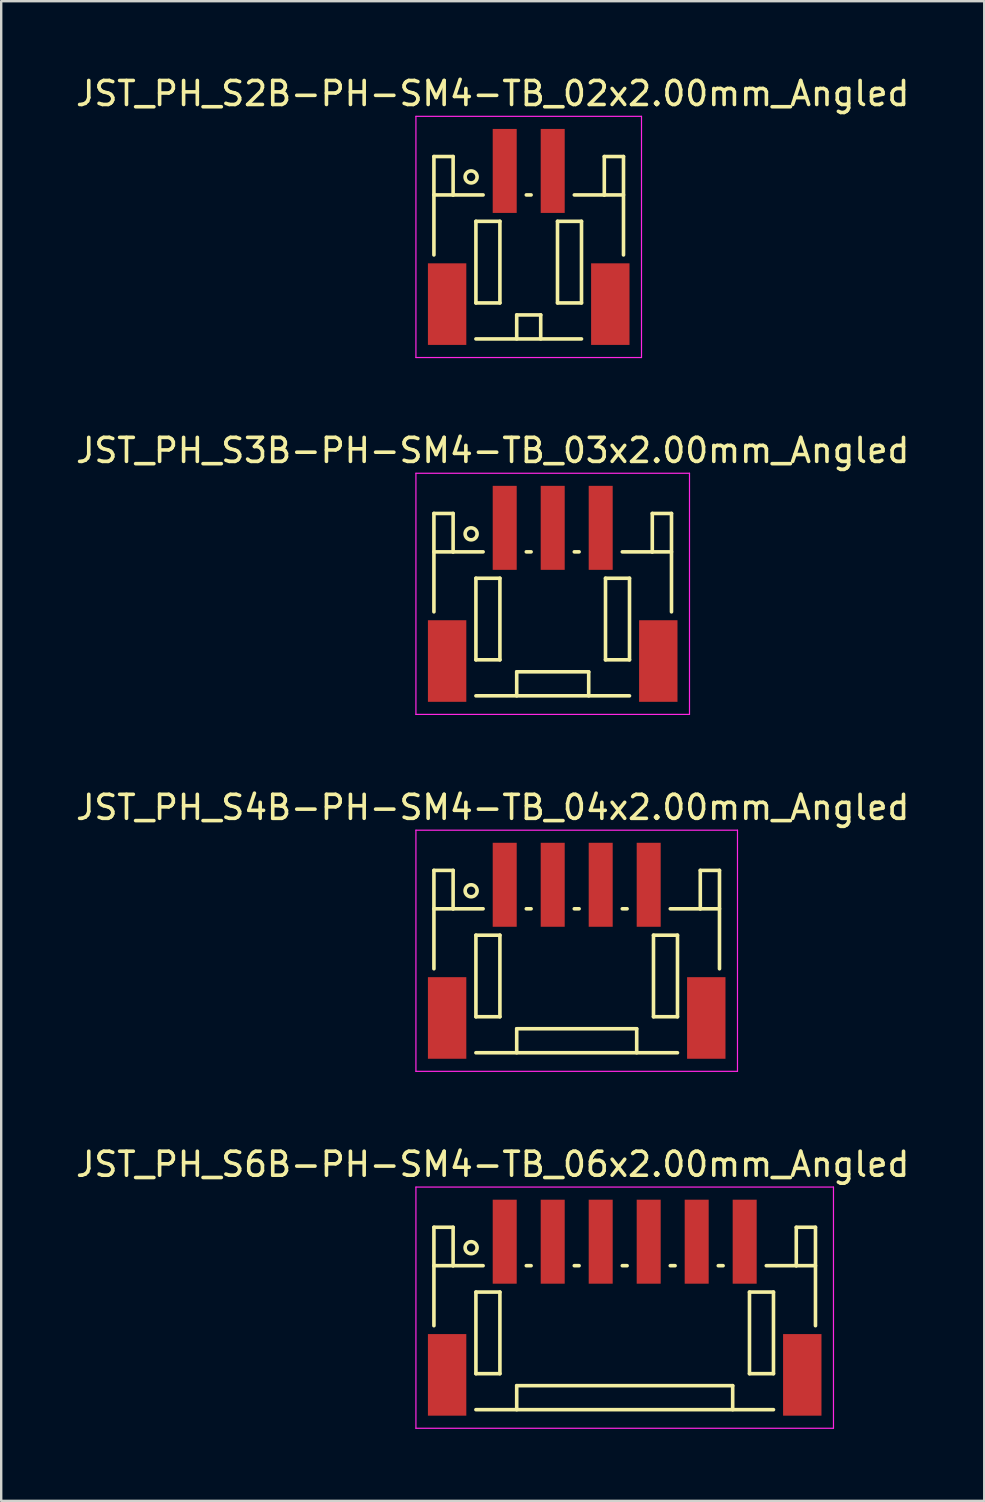
<source format=kicad_pcb>
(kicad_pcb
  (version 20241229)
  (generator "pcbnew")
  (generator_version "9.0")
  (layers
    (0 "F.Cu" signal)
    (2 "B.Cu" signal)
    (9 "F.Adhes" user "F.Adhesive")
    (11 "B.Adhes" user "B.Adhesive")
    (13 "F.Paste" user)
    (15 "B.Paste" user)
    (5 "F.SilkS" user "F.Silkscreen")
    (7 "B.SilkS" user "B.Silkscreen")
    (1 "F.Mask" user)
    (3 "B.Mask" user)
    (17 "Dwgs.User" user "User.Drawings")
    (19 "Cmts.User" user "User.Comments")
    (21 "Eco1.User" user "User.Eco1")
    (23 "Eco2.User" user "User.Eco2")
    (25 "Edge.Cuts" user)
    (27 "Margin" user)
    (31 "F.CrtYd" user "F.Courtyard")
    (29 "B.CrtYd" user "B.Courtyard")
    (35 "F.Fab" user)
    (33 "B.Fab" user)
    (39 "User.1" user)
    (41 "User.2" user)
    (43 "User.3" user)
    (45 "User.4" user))
  (footprint "JST_PH_S2B-PH-SM4-TB_02x2.00mm_Angled"
    (layer "F.Cu")
    (at 18.982 6.848)
    (property "Reference" "JST_PH_S2B-PH-SM4-TB_02x2.00mm_Angled" (at -1.5 -6 0) (layer "F.SilkS") (effects (font (size 1 1) (thickness 0.15))))
    (attr smd)
    (fp_line (start -3.95 -3.375) (end -3.95 0.725) (stroke (width 0.15) (type solid)) (layer "F.SilkS"))
    (fp_line (start -3.15 -3.375) (end -3.95 -3.375) (stroke (width 0.15) (type solid)) (layer "F.SilkS"))
    (fp_line (start -3.15 -1.775) (end -3.95 -1.775) (stroke (width 0.15) (type solid)) (layer "F.SilkS"))
    (fp_line (start -3.15 -1.775) (end -3.15 -3.375) (stroke (width 0.15) (type solid)) (layer "F.SilkS"))
    (fp_line (start -2.2 -0.675) (end -2.2 2.725) (stroke (width 0.15) (type solid)) (layer "F.SilkS"))
    (fp_line (start -2.2 2.725) (end -1.2 2.725) (stroke (width 0.15) (type solid)) (layer "F.SilkS"))
    (fp_line (start -2.2 4.225) (end 2.2 4.225) (stroke (width 0.15) (type solid)) (layer "F.SilkS"))
    (fp_line (start -1.9 -1.775) (end -3.15 -1.775) (stroke (width 0.15) (type solid)) (layer "F.SilkS"))
    (fp_line (start -1.2 -0.675) (end -2.2 -0.675) (stroke (width 0.15) (type solid)) (layer "F.SilkS"))
    (fp_line (start -1.2 2.725) (end -1.2 -0.675) (stroke (width 0.15) (type solid)) (layer "F.SilkS"))
    (fp_line (start -0.5 3.225) (end 0.5 3.225) (stroke (width 0.15) (type solid)) (layer "F.SilkS"))
    (fp_line (start -0.5 4.225) (end -0.5 3.225) (stroke (width 0.15) (type solid)) (layer "F.SilkS"))
    (fp_line (start -0.1 -1.775) (end 0.1 -1.775) (stroke (width 0.15) (type solid)) (layer "F.SilkS"))
    (fp_line (start 0.5 3.225) (end 0.5 4.225) (stroke (width 0.15) (type solid)) (layer "F.SilkS"))
    (fp_line (start 1.2 -0.675) (end 2.2 -0.675) (stroke (width 0.15) (type solid)) (layer "F.SilkS"))
    (fp_line (start 1.2 2.725) (end 1.2 -0.675) (stroke (width 0.15) (type solid)) (layer "F.SilkS"))
    (fp_line (start 1.9 -1.775) (end 3.15 -1.775) (stroke (width 0.15) (type solid)) (layer "F.SilkS"))
    (fp_line (start 2.2 -0.675) (end 2.2 2.725) (stroke (width 0.15) (type solid)) (layer "F.SilkS"))
    (fp_line (start 2.2 2.725) (end 1.2 2.725) (stroke (width 0.15) (type solid)) (layer "F.SilkS"))
    (fp_line (start 3.15 -3.375) (end 3.95 -3.375) (stroke (width 0.15) (type solid)) (layer "F.SilkS"))
    (fp_line (start 3.15 -1.775) (end 3.15 -3.375) (stroke (width 0.15) (type solid)) (layer "F.SilkS"))
    (fp_line (start 3.15 -1.775) (end 3.95 -1.775) (stroke (width 0.15) (type solid)) (layer "F.SilkS"))
    (fp_line (start 3.95 -3.375) (end 3.95 0.725) (stroke (width 0.15) (type solid)) (layer "F.SilkS"))
    (fp_circle (center -2.4 -2.525) (end -2.15 -2.525) (stroke (width 0.15) (type solid)) (fill no) (layer "F.SilkS"))
    (fp_line (start -4.7 -5.05) (end 4.7 -5.05) (stroke (width 0.05) (type solid)) (layer "F.CrtYd"))
    (fp_line (start -4.7 5) (end -4.7 -5.05) (stroke (width 0.05) (type solid)) (layer "F.CrtYd"))
    (fp_line (start 4.7 -5.05) (end 4.7 5) (stroke (width 0.05) (type solid)) (layer "F.CrtYd"))
    (fp_line (start 4.7 5) (end -4.7 5) (stroke (width 0.05) (type solid)) (layer "F.CrtYd"))
    (pad "" smd rect (at -3.4 2.775) (size 1.6 3.4) (layers "F.Cu" "F.Mask" "F.Paste"))
    (pad "" smd rect (at 3.4 2.775) (size 1.6 3.4) (layers "F.Cu" "F.Mask" "F.Paste"))
    (pad "1" smd rect (at -1 -2.775) (size 1 3.5) (layers "F.Cu" "F.Mask" "F.Paste"))
    (pad "2" smd rect (at 1 -2.775) (size 1 3.5) (layers "F.Cu" "F.Mask" "F.Paste")))
  (footprint "JST_PH_S3B-PH-SM4-TB_03x2.00mm_Angled"
    (layer "F.Cu")
    (at 19.982 21.721)
    (property "Reference" "JST_PH_S3B-PH-SM4-TB_03x2.00mm_Angled" (at -2.5 -6 0) (layer "F.SilkS") (effects (font (size 1 1) (thickness 0.15))))
    (attr smd)
    (fp_line (start -4.95 -3.375) (end -4.95 0.725) (stroke (width 0.15) (type solid)) (layer "F.SilkS"))
    (fp_line (start -4.15 -3.375) (end -4.95 -3.375) (stroke (width 0.15) (type solid)) (layer "F.SilkS"))
    (fp_line (start -4.15 -1.775) (end -4.95 -1.775) (stroke (width 0.15) (type solid)) (layer "F.SilkS"))
    (fp_line (start -4.15 -1.775) (end -4.15 -3.375) (stroke (width 0.15) (type solid)) (layer "F.SilkS"))
    (fp_line (start -3.2 -0.675) (end -3.2 2.725) (stroke (width 0.15) (type solid)) (layer "F.SilkS"))
    (fp_line (start -3.2 2.725) (end -2.2 2.725) (stroke (width 0.15) (type solid)) (layer "F.SilkS"))
    (fp_line (start -3.2 4.225) (end 3.2 4.225) (stroke (width 0.15) (type solid)) (layer "F.SilkS"))
    (fp_line (start -2.9 -1.775) (end -4.15 -1.775) (stroke (width 0.15) (type solid)) (layer "F.SilkS"))
    (fp_line (start -2.2 -0.675) (end -3.2 -0.675) (stroke (width 0.15) (type solid)) (layer "F.SilkS"))
    (fp_line (start -2.2 2.725) (end -2.2 -0.675) (stroke (width 0.15) (type solid)) (layer "F.SilkS"))
    (fp_line (start -1.5 3.225) (end 1.5 3.225) (stroke (width 0.15) (type solid)) (layer "F.SilkS"))
    (fp_line (start -1.5 4.225) (end -1.5 3.225) (stroke (width 0.15) (type solid)) (layer "F.SilkS"))
    (fp_line (start -1.1 -1.775) (end -0.9 -1.775) (stroke (width 0.15) (type solid)) (layer "F.SilkS"))
    (fp_line (start 0.9 -1.775) (end 1.1 -1.775) (stroke (width 0.15) (type solid)) (layer "F.SilkS"))
    (fp_line (start 1.5 3.225) (end 1.5 4.225) (stroke (width 0.15) (type solid)) (layer "F.SilkS"))
    (fp_line (start 2.2 -0.675) (end 3.2 -0.675) (stroke (width 0.15) (type solid)) (layer "F.SilkS"))
    (fp_line (start 2.2 2.725) (end 2.2 -0.675) (stroke (width 0.15) (type solid)) (layer "F.SilkS"))
    (fp_line (start 2.9 -1.775) (end 4.15 -1.775) (stroke (width 0.15) (type solid)) (layer "F.SilkS"))
    (fp_line (start 3.2 -0.675) (end 3.2 2.725) (stroke (width 0.15) (type solid)) (layer "F.SilkS"))
    (fp_line (start 3.2 2.725) (end 2.2 2.725) (stroke (width 0.15) (type solid)) (layer "F.SilkS"))
    (fp_line (start 4.15 -3.375) (end 4.95 -3.375) (stroke (width 0.15) (type solid)) (layer "F.SilkS"))
    (fp_line (start 4.15 -1.775) (end 4.15 -3.375) (stroke (width 0.15) (type solid)) (layer "F.SilkS"))
    (fp_line (start 4.15 -1.775) (end 4.95 -1.775) (stroke (width 0.15) (type solid)) (layer "F.SilkS"))
    (fp_line (start 4.95 -3.375) (end 4.95 0.725) (stroke (width 0.15) (type solid)) (layer "F.SilkS"))
    (fp_circle (center -3.4 -2.525) (end -3.15 -2.525) (stroke (width 0.15) (type solid)) (fill no) (layer "F.SilkS"))
    (fp_line (start -5.7 -5.05) (end 5.7 -5.05) (stroke (width 0.05) (type solid)) (layer "F.CrtYd"))
    (fp_line (start -5.7 5) (end -5.7 -5.05) (stroke (width 0.05) (type solid)) (layer "F.CrtYd"))
    (fp_line (start 5.7 -5.05) (end 5.7 5) (stroke (width 0.05) (type solid)) (layer "F.CrtYd"))
    (fp_line (start 5.7 5) (end -5.7 5) (stroke (width 0.05) (type solid)) (layer "F.CrtYd"))
    (pad "" smd rect (at -4.4 2.775) (size 1.6 3.4) (layers "F.Cu" "F.Mask" "F.Paste"))
    (pad "" smd rect (at 4.4 2.775) (size 1.6 3.4) (layers "F.Cu" "F.Mask" "F.Paste"))
    (pad "1" smd rect (at -2 -2.775) (size 1 3.5) (layers "F.Cu" "F.Mask" "F.Paste"))
    (pad "2" smd rect (at 0 -2.775) (size 1 3.5) (layers "F.Cu" "F.Mask" "F.Paste"))
    (pad "3" smd rect (at 2 -2.775) (size 1 3.5) (layers "F.Cu" "F.Mask" "F.Paste")))
  (footprint "JST_PH_S6B-PH-SM4-TB_06x2.00mm_Angled"
    (layer "F.Cu")
    (at 22.982 51.468)
    (property "Reference" "JST_PH_S6B-PH-SM4-TB_06x2.00mm_Angled" (at -5.5 -6 0) (layer "F.SilkS") (effects (font (size 1 1) (thickness 0.15))))
    (attr smd)
    (fp_line (start -7.95 -3.375) (end -7.95 0.725) (stroke (width 0.15) (type solid)) (layer "F.SilkS"))
    (fp_line (start -7.15 -3.375) (end -7.95 -3.375) (stroke (width 0.15) (type solid)) (layer "F.SilkS"))
    (fp_line (start -7.15 -1.775) (end -7.95 -1.775) (stroke (width 0.15) (type solid)) (layer "F.SilkS"))
    (fp_line (start -7.15 -1.775) (end -7.15 -3.375) (stroke (width 0.15) (type solid)) (layer "F.SilkS"))
    (fp_line (start -6.2 -0.675) (end -6.2 2.725) (stroke (width 0.15) (type solid)) (layer "F.SilkS"))
    (fp_line (start -6.2 2.725) (end -5.2 2.725) (stroke (width 0.15) (type solid)) (layer "F.SilkS"))
    (fp_line (start -6.2 4.225) (end 6.2 4.225) (stroke (width 0.15) (type solid)) (layer "F.SilkS"))
    (fp_line (start -5.9 -1.775) (end -7.15 -1.775) (stroke (width 0.15) (type solid)) (layer "F.SilkS"))
    (fp_line (start -5.2 -0.675) (end -6.2 -0.675) (stroke (width 0.15) (type solid)) (layer "F.SilkS"))
    (fp_line (start -5.2 2.725) (end -5.2 -0.675) (stroke (width 0.15) (type solid)) (layer "F.SilkS"))
    (fp_line (start -4.5 3.225) (end 4.5 3.225) (stroke (width 0.15) (type solid)) (layer "F.SilkS"))
    (fp_line (start -4.5 4.225) (end -4.5 3.225) (stroke (width 0.15) (type solid)) (layer "F.SilkS"))
    (fp_line (start -4.1 -1.775) (end -3.9 -1.775) (stroke (width 0.15) (type solid)) (layer "F.SilkS"))
    (fp_line (start -2.1 -1.775) (end -1.9 -1.775) (stroke (width 0.15) (type solid)) (layer "F.SilkS"))
    (fp_line (start -0.1 -1.775) (end 0.1 -1.775) (stroke (width 0.15) (type solid)) (layer "F.SilkS"))
    (fp_line (start 1.9 -1.775) (end 2.1 -1.775) (stroke (width 0.15) (type solid)) (layer "F.SilkS"))
    (fp_line (start 3.9 -1.775) (end 4.1 -1.775) (stroke (width 0.15) (type solid)) (layer "F.SilkS"))
    (fp_line (start 4.5 3.225) (end 4.5 4.225) (stroke (width 0.15) (type solid)) (layer "F.SilkS"))
    (fp_line (start 5.2 -0.675) (end 6.2 -0.675) (stroke (width 0.15) (type solid)) (layer "F.SilkS"))
    (fp_line (start 5.2 2.725) (end 5.2 -0.675) (stroke (width 0.15) (type solid)) (layer "F.SilkS"))
    (fp_line (start 5.9 -1.775) (end 7.15 -1.775) (stroke (width 0.15) (type solid)) (layer "F.SilkS"))
    (fp_line (start 6.2 -0.675) (end 6.2 2.725) (stroke (width 0.15) (type solid)) (layer "F.SilkS"))
    (fp_line (start 6.2 2.725) (end 5.2 2.725) (stroke (width 0.15) (type solid)) (layer "F.SilkS"))
    (fp_line (start 7.15 -3.375) (end 7.95 -3.375) (stroke (width 0.15) (type solid)) (layer "F.SilkS"))
    (fp_line (start 7.15 -1.775) (end 7.15 -3.375) (stroke (width 0.15) (type solid)) (layer "F.SilkS"))
    (fp_line (start 7.15 -1.775) (end 7.95 -1.775) (stroke (width 0.15) (type solid)) (layer "F.SilkS"))
    (fp_line (start 7.95 -3.375) (end 7.95 0.725) (stroke (width 0.15) (type solid)) (layer "F.SilkS"))
    (fp_circle (center -6.4 -2.525) (end -6.15 -2.525) (stroke (width 0.15) (type solid)) (fill no) (layer "F.SilkS"))
    (fp_line (start -8.7 -5.05) (end 8.7 -5.05) (stroke (width 0.05) (type solid)) (layer "F.CrtYd"))
    (fp_line (start -8.7 5) (end -8.7 -5.05) (stroke (width 0.05) (type solid)) (layer "F.CrtYd"))
    (fp_line (start 8.7 -5.05) (end 8.7 5) (stroke (width 0.05) (type solid)) (layer "F.CrtYd"))
    (fp_line (start 8.7 5) (end -8.7 5) (stroke (width 0.05) (type solid)) (layer "F.CrtYd"))
    (pad "" smd rect (at -7.4 2.775) (size 1.6 3.4) (layers "F.Cu" "F.Mask" "F.Paste"))
    (pad "" smd rect (at 7.4 2.775) (size 1.6 3.4) (layers "F.Cu" "F.Mask" "F.Paste"))
    (pad "1" smd rect (at -5 -2.775) (size 1 3.5) (layers "F.Cu" "F.Mask" "F.Paste"))
    (pad "2" smd rect (at -3 -2.775) (size 1 3.5) (layers "F.Cu" "F.Mask" "F.Paste"))
    (pad "3" smd rect (at -1 -2.775) (size 1 3.5) (layers "F.Cu" "F.Mask" "F.Paste"))
    (pad "4" smd rect (at 1 -2.775) (size 1 3.5) (layers "F.Cu" "F.Mask" "F.Paste"))
    (pad "5" smd rect (at 3 -2.775) (size 1 3.5) (layers "F.Cu" "F.Mask" "F.Paste"))
    (pad "6" smd rect (at 5 -2.775) (size 1 3.5) (layers "F.Cu" "F.Mask" "F.Paste")))
  (footprint "JST_PH_S4B-PH-SM4-TB_04x2.00mm_Angled"
    (layer "F.Cu")
    (at 20.982 36.595)
    (property "Reference" "JST_PH_S4B-PH-SM4-TB_04x2.00mm_Angled" (at -3.5 -6 0) (layer "F.SilkS") (effects (font (size 1 1) (thickness 0.15))))
    (attr smd)
    (fp_line (start -5.95 -3.375) (end -5.95 0.725) (stroke (width 0.15) (type solid)) (layer "F.SilkS"))
    (fp_line (start -5.15 -3.375) (end -5.95 -3.375) (stroke (width 0.15) (type solid)) (layer "F.SilkS"))
    (fp_line (start -5.15 -1.775) (end -5.95 -1.775) (stroke (width 0.15) (type solid)) (layer "F.SilkS"))
    (fp_line (start -5.15 -1.775) (end -5.15 -3.375) (stroke (width 0.15) (type solid)) (layer "F.SilkS"))
    (fp_line (start -4.2 -0.675) (end -4.2 2.725) (stroke (width 0.15) (type solid)) (layer "F.SilkS"))
    (fp_line (start -4.2 2.725) (end -3.2 2.725) (stroke (width 0.15) (type solid)) (layer "F.SilkS"))
    (fp_line (start -4.2 4.225) (end 4.2 4.225) (stroke (width 0.15) (type solid)) (layer "F.SilkS"))
    (fp_line (start -3.9 -1.775) (end -5.15 -1.775) (stroke (width 0.15) (type solid)) (layer "F.SilkS"))
    (fp_line (start -3.2 -0.675) (end -4.2 -0.675) (stroke (width 0.15) (type solid)) (layer "F.SilkS"))
    (fp_line (start -3.2 2.725) (end -3.2 -0.675) (stroke (width 0.15) (type solid)) (layer "F.SilkS"))
    (fp_line (start -2.5 3.225) (end 2.5 3.225) (stroke (width 0.15) (type solid)) (layer "F.SilkS"))
    (fp_line (start -2.5 4.225) (end -2.5 3.225) (stroke (width 0.15) (type solid)) (layer "F.SilkS"))
    (fp_line (start -2.1 -1.775) (end -1.9 -1.775) (stroke (width 0.15) (type solid)) (layer "F.SilkS"))
    (fp_line (start -0.1 -1.775) (end 0.1 -1.775) (stroke (width 0.15) (type solid)) (layer "F.SilkS"))
    (fp_line (start 1.9 -1.775) (end 2.1 -1.775) (stroke (width 0.15) (type solid)) (layer "F.SilkS"))
    (fp_line (start 2.5 3.225) (end 2.5 4.225) (stroke (width 0.15) (type solid)) (layer "F.SilkS"))
    (fp_line (start 3.2 -0.675) (end 4.2 -0.675) (stroke (width 0.15) (type solid)) (layer "F.SilkS"))
    (fp_line (start 3.2 2.725) (end 3.2 -0.675) (stroke (width 0.15) (type solid)) (layer "F.SilkS"))
    (fp_line (start 3.9 -1.775) (end 5.15 -1.775) (stroke (width 0.15) (type solid)) (layer "F.SilkS"))
    (fp_line (start 4.2 -0.675) (end 4.2 2.725) (stroke (width 0.15) (type solid)) (layer "F.SilkS"))
    (fp_line (start 4.2 2.725) (end 3.2 2.725) (stroke (width 0.15) (type solid)) (layer "F.SilkS"))
    (fp_line (start 5.15 -3.375) (end 5.95 -3.375) (stroke (width 0.15) (type solid)) (layer "F.SilkS"))
    (fp_line (start 5.15 -1.775) (end 5.15 -3.375) (stroke (width 0.15) (type solid)) (layer "F.SilkS"))
    (fp_line (start 5.15 -1.775) (end 5.95 -1.775) (stroke (width 0.15) (type solid)) (layer "F.SilkS"))
    (fp_line (start 5.95 -3.375) (end 5.95 0.725) (stroke (width 0.15) (type solid)) (layer "F.SilkS"))
    (fp_circle (center -4.4 -2.525) (end -4.15 -2.525) (stroke (width 0.15) (type solid)) (fill no) (layer "F.SilkS"))
    (fp_line (start -6.7 -5.05) (end 6.7 -5.05) (stroke (width 0.05) (type solid)) (layer "F.CrtYd"))
    (fp_line (start -6.7 5) (end -6.7 -5.05) (stroke (width 0.05) (type solid)) (layer "F.CrtYd"))
    (fp_line (start 6.7 -5.05) (end 6.7 5) (stroke (width 0.05) (type solid)) (layer "F.CrtYd"))
    (fp_line (start 6.7 5) (end -6.7 5) (stroke (width 0.05) (type solid)) (layer "F.CrtYd"))
    (pad "" smd rect (at -5.4 2.775) (size 1.6 3.4) (layers "F.Cu" "F.Mask" "F.Paste"))
    (pad "" smd rect (at 5.4 2.775) (size 1.6 3.4) (layers "F.Cu" "F.Mask" "F.Paste"))
    (pad "1" smd rect (at -3 -2.775) (size 1 3.5) (layers "F.Cu" "F.Mask" "F.Paste"))
    (pad "2" smd rect (at -1 -2.775) (size 1 3.5) (layers "F.Cu" "F.Mask" "F.Paste"))
    (pad "3" smd rect (at 1 -2.775) (size 1 3.5) (layers "F.Cu" "F.Mask" "F.Paste"))
    (pad "4" smd rect (at 3 -2.775) (size 1 3.5) (layers "F.Cu" "F.Mask" "F.Paste")))
  (gr_rect
    (start -3 -3)
    (end 37.964 59.493)
    (stroke (width 0.1) (type default))
    (fill no)
    (layer "Edge.Cuts")))
</source>
